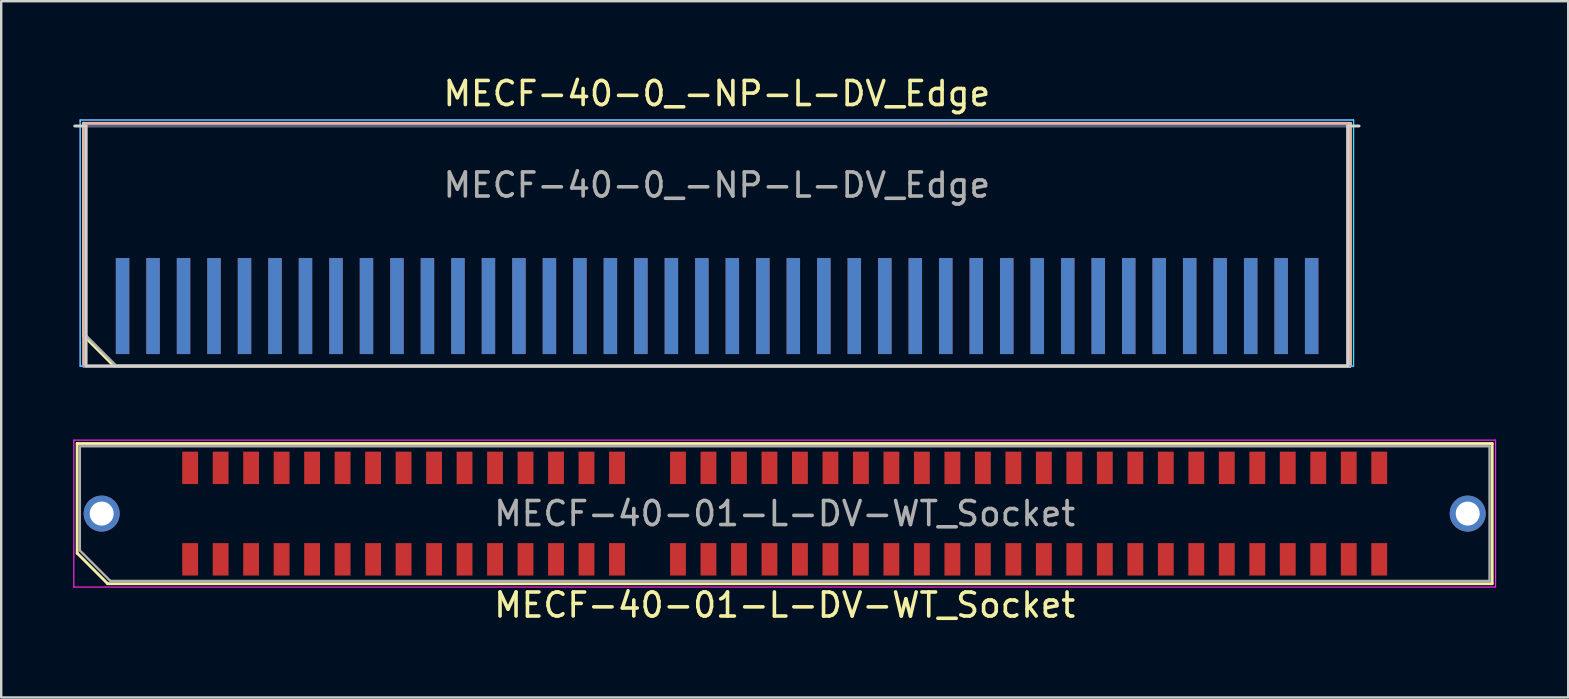
<source format=kicad_pcb>
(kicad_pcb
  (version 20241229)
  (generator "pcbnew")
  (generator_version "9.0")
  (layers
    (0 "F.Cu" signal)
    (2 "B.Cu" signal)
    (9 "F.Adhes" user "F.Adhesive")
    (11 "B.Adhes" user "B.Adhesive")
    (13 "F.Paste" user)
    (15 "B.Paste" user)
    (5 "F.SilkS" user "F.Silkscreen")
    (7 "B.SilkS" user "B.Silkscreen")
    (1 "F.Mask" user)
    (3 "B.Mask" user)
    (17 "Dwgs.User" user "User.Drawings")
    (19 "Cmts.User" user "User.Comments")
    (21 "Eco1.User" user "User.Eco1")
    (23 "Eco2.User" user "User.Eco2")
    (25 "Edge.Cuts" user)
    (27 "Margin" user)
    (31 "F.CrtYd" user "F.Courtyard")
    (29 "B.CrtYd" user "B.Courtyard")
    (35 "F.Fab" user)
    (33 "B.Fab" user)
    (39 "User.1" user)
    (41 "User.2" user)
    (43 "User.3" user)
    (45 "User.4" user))
  (footprint "MECF-40-0_-NP-L-DV_Edge"
    (layer "F.Cu")
    (at 26.81 7.198)
    (property "Reference" "MECF-40-0_-NP-L-DV_Edge" (at 0 -6.35 0) (layer "F.SilkS") (effects (font (size 1 1) (thickness 0.15))))
    (attr exclude_from_pos_files exclude_from_bom)
    (fp_line (start -26.38 -5.11) (end 26.38 -5.11) (stroke (width 0.12) (type solid)) (layer "F.SilkS"))
    (fp_line (start -26.38 3.73) (end -26.38 -5.11) (stroke (width 0.12) (type solid)) (layer "F.SilkS"))
    (fp_line (start -25.11 5) (end -26.38 3.73) (stroke (width 0.12) (type solid)) (layer "F.SilkS"))
    (fp_line (start -25.11 5) (end 26.38 5) (stroke (width 0.12) (type solid)) (layer "F.SilkS"))
    (fp_line (start 26.38 5) (end 26.38 -5.11) (stroke (width 0.12) (type solid)) (layer "F.SilkS"))
    (fp_line (start -26.38 -5.11) (end 26.38 -5.11) (stroke (width 0.12) (type solid)) (layer "B.SilkS"))
    (fp_line (start -26.38 5) (end -26.38 -5.11) (stroke (width 0.12) (type solid)) (layer "B.SilkS"))
    (fp_line (start -26.38 5) (end 26.38 5) (stroke (width 0.12) (type solid)) (layer "B.SilkS"))
    (fp_line (start 26.38 5) (end 26.38 -5.11) (stroke (width 0.12) (type solid)) (layer "B.SilkS"))
    (fp_line (start -26.75 -5) (end -26.275 -5) (stroke (width 0.12) (type solid)) (layer "Edge.Cuts"))
    (fp_line (start -26.275 5) (end -26.275 -5) (stroke (width 0.12) (type solid)) (layer "Edge.Cuts"))
    (fp_line (start -26.275 5) (end 26.275 5) (stroke (width 0.12) (type solid)) (layer "Edge.Cuts"))
    (fp_line (start 26.275 5) (end 26.275 -5) (stroke (width 0.12) (type solid)) (layer "Edge.Cuts"))
    (fp_line (start 26.75 -5) (end 26.275 -5) (stroke (width 0.12) (type solid)) (layer "Edge.Cuts"))
    (fp_line (start -26.52 -5.25) (end -26.52 5) (stroke (width 0.05) (type solid)) (layer "B.CrtYd"))
    (fp_line (start -26.52 5) (end 26.52 5) (stroke (width 0.05) (type solid)) (layer "B.CrtYd"))
    (fp_line (start 26.52 -5.25) (end -26.52 -5.25) (stroke (width 0.05) (type solid)) (layer "B.CrtYd"))
    (fp_line (start 26.52 5) (end 26.52 -5.25) (stroke (width 0.05) (type solid)) (layer "B.CrtYd"))
    (fp_line (start -26.52 -5.25) (end -26.52 5) (stroke (width 0.05) (type solid)) (layer "F.CrtYd"))
    (fp_line (start -26.52 5) (end 26.52 5) (stroke (width 0.05) (type solid)) (layer "F.CrtYd"))
    (fp_line (start 26.52 -5.25) (end -26.52 -5.25) (stroke (width 0.05) (type solid)) (layer "F.CrtYd"))
    (fp_line (start 26.52 5) (end 26.52 -5.25) (stroke (width 0.05) (type solid)) (layer "F.CrtYd"))
    (fp_line (start -26.275 -5) (end 26.275 -5) (stroke (width 0.1) (type solid)) (layer "B.Fab"))
    (fp_line (start -26.275 5) (end -26.275 -5) (stroke (width 0.1) (type solid)) (layer "B.Fab"))
    (fp_line (start -26.275 5) (end 26.275 5) (stroke (width 0.1) (type solid)) (layer "B.Fab"))
    (fp_line (start 26.275 5) (end 26.275 -5) (stroke (width 0.1) (type solid)) (layer "B.Fab"))
    (fp_line (start -26.275 -5) (end 26.275 -5) (stroke (width 0.1) (type solid)) (layer "F.Fab"))
    (fp_line (start -26.275 3.73) (end -26.275 -5) (stroke (width 0.1) (type solid)) (layer "F.Fab"))
    (fp_line (start -26.275 3.73) (end -25.005 5) (stroke (width 0.1) (type solid)) (layer "F.Fab"))
    (fp_line (start -25.005 5) (end 26.275 5) (stroke (width 0.1) (type solid)) (layer "F.Fab"))
    (fp_line (start 26.275 5) (end 26.275 -5) (stroke (width 0.1) (type solid)) (layer "F.Fab"))
    (fp_text user "${REFERENCE}" (at 0 -2.54 0) (layer "F.Fab") (effects (font (size 1 1) (thickness 0.15))))
    (pad "1" smd rect (at -24.755 2.5) (size 0.56 4) (layers "F.Cu" "F.Mask" "F.Paste"))
    (pad "2" smd rect (at -24.755 2.5) (size 0.56 4) (layers "B.Cu" "B.Mask" "B.Paste"))
    (pad "3" smd rect (at -23.485 2.5) (size 0.56 4) (layers "F.Cu" "F.Mask" "F.Paste"))
    (pad "4" smd rect (at -23.485 2.5) (size 0.56 4) (layers "B.Cu" "B.Mask" "B.Paste"))
    (pad "5" smd rect (at -22.215 2.5) (size 0.56 4) (layers "F.Cu" "F.Mask" "F.Paste"))
    (pad "6" smd rect (at -22.215 2.5) (size 0.56 4) (layers "B.Cu" "B.Mask" "B.Paste"))
    (pad "7" smd rect (at -20.945 2.5) (size 0.56 4) (layers "F.Cu" "F.Mask" "F.Paste"))
    (pad "8" smd rect (at -20.945 2.5) (size 0.56 4) (layers "B.Cu" "B.Mask" "B.Paste"))
    (pad "9" smd rect (at -19.675 2.5) (size 0.56 4) (layers "F.Cu" "F.Mask" "F.Paste"))
    (pad "10" smd rect (at -19.675 2.5) (size 0.56 4) (layers "B.Cu" "B.Mask" "B.Paste"))
    (pad "11" smd rect (at -18.405 2.5) (size 0.56 4) (layers "F.Cu" "F.Mask" "F.Paste"))
    (pad "12" smd rect (at -18.405 2.5) (size 0.56 4) (layers "B.Cu" "B.Mask" "B.Paste"))
    (pad "13" smd rect (at -17.135 2.5) (size 0.56 4) (layers "F.Cu" "F.Mask" "F.Paste"))
    (pad "14" smd rect (at -17.135 2.5) (size 0.56 4) (layers "B.Cu" "B.Mask" "B.Paste"))
    (pad "15" smd rect (at -15.865 2.5) (size 0.56 4) (layers "F.Cu" "F.Mask" "F.Paste"))
    (pad "16" smd rect (at -15.865 2.5) (size 0.56 4) (layers "B.Cu" "B.Mask" "B.Paste"))
    (pad "17" smd rect (at -14.595 2.5) (size 0.56 4) (layers "F.Cu" "F.Mask" "F.Paste"))
    (pad "18" smd rect (at -14.595 2.5) (size 0.56 4) (layers "B.Cu" "B.Mask" "B.Paste"))
    (pad "19" smd rect (at -13.325 2.5) (size 0.56 4) (layers "F.Cu" "F.Mask" "F.Paste"))
    (pad "20" smd rect (at -13.325 2.5) (size 0.56 4) (layers "B.Cu" "B.Mask" "B.Paste"))
    (pad "21" smd rect (at -12.055 2.5) (size 0.56 4) (layers "F.Cu" "F.Mask" "F.Paste"))
    (pad "22" smd rect (at -12.055 2.5) (size 0.56 4) (layers "B.Cu" "B.Mask" "B.Paste"))
    (pad "23" smd rect (at -10.785 2.5) (size 0.56 4) (layers "F.Cu" "F.Mask" "F.Paste"))
    (pad "24" smd rect (at -10.785 2.5) (size 0.56 4) (layers "B.Cu" "B.Mask" "B.Paste"))
    (pad "25" smd rect (at -9.515 2.5) (size 0.56 4) (layers "F.Cu" "F.Mask" "F.Paste"))
    (pad "26" smd rect (at -9.515 2.5) (size 0.56 4) (layers "B.Cu" "B.Mask" "B.Paste"))
    (pad "27" smd rect (at -8.245 2.5) (size 0.56 4) (layers "F.Cu" "F.Mask" "F.Paste"))
    (pad "28" smd rect (at -8.245 2.5) (size 0.56 4) (layers "B.Cu" "B.Mask" "B.Paste"))
    (pad "29" smd rect (at -6.975 2.5) (size 0.56 4) (layers "F.Cu" "F.Mask" "F.Paste"))
    (pad "30" smd rect (at -6.975 2.5) (size 0.56 4) (layers "B.Cu" "B.Mask" "B.Paste"))
    (pad "31" smd rect (at -5.705 2.5) (size 0.56 4) (layers "F.Cu" "F.Mask" "F.Paste"))
    (pad "32" smd rect (at -5.705 2.5) (size 0.56 4) (layers "B.Cu" "B.Mask" "B.Paste"))
    (pad "33" smd rect (at -4.435 2.5) (size 0.56 4) (layers "F.Cu" "F.Mask" "F.Paste"))
    (pad "34" smd rect (at -4.435 2.5) (size 0.56 4) (layers "B.Cu" "B.Mask" "B.Paste"))
    (pad "35" smd rect (at -3.165 2.5) (size 0.56 4) (layers "F.Cu" "F.Mask" "F.Paste"))
    (pad "36" smd rect (at -3.165 2.5) (size 0.56 4) (layers "B.Cu" "B.Mask" "B.Paste"))
    (pad "37" smd rect (at -1.895 2.5) (size 0.56 4) (layers "F.Cu" "F.Mask" "F.Paste"))
    (pad "38" smd rect (at -1.895 2.5) (size 0.56 4) (layers "B.Cu" "B.Mask" "B.Paste"))
    (pad "39" smd rect (at -0.625 2.5) (size 0.56 4) (layers "F.Cu" "F.Mask" "F.Paste"))
    (pad "40" smd rect (at -0.625 2.5) (size 0.56 4) (layers "B.Cu" "B.Mask" "B.Paste"))
    (pad "41" smd rect (at 0.645 2.5) (size 0.56 4) (layers "F.Cu" "F.Mask" "F.Paste"))
    (pad "42" smd rect (at 0.645 2.5) (size 0.56 4) (layers "B.Cu" "B.Mask" "B.Paste"))
    (pad "43" smd rect (at 1.915 2.5) (size 0.56 4) (layers "F.Cu" "F.Mask" "F.Paste"))
    (pad "44" smd rect (at 1.915 2.5) (size 0.56 4) (layers "B.Cu" "B.Mask" "B.Paste"))
    (pad "45" smd rect (at 3.185 2.5) (size 0.56 4) (layers "F.Cu" "F.Mask" "F.Paste"))
    (pad "46" smd rect (at 3.185 2.5) (size 0.56 4) (layers "B.Cu" "B.Mask" "B.Paste"))
    (pad "47" smd rect (at 4.455 2.5) (size 0.56 4) (layers "F.Cu" "F.Mask" "F.Paste"))
    (pad "48" smd rect (at 4.455 2.5) (size 0.56 4) (layers "B.Cu" "B.Mask" "B.Paste"))
    (pad "49" smd rect (at 5.725 2.5) (size 0.56 4) (layers "F.Cu" "F.Mask" "F.Paste"))
    (pad "50" smd rect (at 5.725 2.5) (size 0.56 4) (layers "B.Cu" "B.Mask" "B.Paste"))
    (pad "51" smd rect (at 6.995 2.5) (size 0.56 4) (layers "F.Cu" "F.Mask" "F.Paste"))
    (pad "52" smd rect (at 6.995 2.5) (size 0.56 4) (layers "B.Cu" "B.Mask" "B.Paste"))
    (pad "53" smd rect (at 8.265 2.5) (size 0.56 4) (layers "F.Cu" "F.Mask" "F.Paste"))
    (pad "54" smd rect (at 8.265 2.5) (size 0.56 4) (layers "B.Cu" "B.Mask" "B.Paste"))
    (pad "55" smd rect (at 9.535 2.5) (size 0.56 4) (layers "F.Cu" "F.Mask" "F.Paste"))
    (pad "56" smd rect (at 9.535 2.5) (size 0.56 4) (layers "B.Cu" "B.Mask" "B.Paste"))
    (pad "57" smd rect (at 10.805 2.5) (size 0.56 4) (layers "F.Cu" "F.Mask" "F.Paste"))
    (pad "58" smd rect (at 10.805 2.5) (size 0.56 4) (layers "B.Cu" "B.Mask" "B.Paste"))
    (pad "59" smd rect (at 12.075 2.5) (size 0.56 4) (layers "F.Cu" "F.Mask" "F.Paste"))
    (pad "60" smd rect (at 12.075 2.5) (size 0.56 4) (layers "B.Cu" "B.Mask" "B.Paste"))
    (pad "61" smd rect (at 13.345 2.5) (size 0.56 4) (layers "F.Cu" "F.Mask" "F.Paste"))
    (pad "62" smd rect (at 13.345 2.5) (size 0.56 4) (layers "B.Cu" "B.Mask" "B.Paste"))
    (pad "63" smd rect (at 14.615 2.5) (size 0.56 4) (layers "F.Cu" "F.Mask" "F.Paste"))
    (pad "64" smd rect (at 14.615 2.5) (size 0.56 4) (layers "B.Cu" "B.Mask" "B.Paste"))
    (pad "65" smd rect (at 15.885 2.5) (size 0.56 4) (layers "F.Cu" "F.Mask" "F.Paste"))
    (pad "66" smd rect (at 15.885 2.5) (size 0.56 4) (layers "B.Cu" "B.Mask" "B.Paste"))
    (pad "67" smd rect (at 17.155 2.5) (size 0.56 4) (layers "F.Cu" "F.Mask" "F.Paste"))
    (pad "68" smd rect (at 17.155 2.5) (size 0.56 4) (layers "B.Cu" "B.Mask" "B.Paste"))
    (pad "69" smd rect (at 18.425 2.5) (size 0.56 4) (layers "F.Cu" "F.Mask" "F.Paste"))
    (pad "70" smd rect (at 18.425 2.5) (size 0.56 4) (layers "B.Cu" "B.Mask" "B.Paste"))
    (pad "71" smd rect (at 19.695 2.5) (size 0.56 4) (layers "F.Cu" "F.Mask" "F.Paste"))
    (pad "72" smd rect (at 19.695 2.5) (size 0.56 4) (layers "B.Cu" "B.Mask" "B.Paste"))
    (pad "73" smd rect (at 20.965 2.5) (size 0.56 4) (layers "F.Cu" "F.Mask" "F.Paste"))
    (pad "74" smd rect (at 20.965 2.5) (size 0.56 4) (layers "B.Cu" "B.Mask" "B.Paste"))
    (pad "75" smd rect (at 22.235 2.5) (size 0.56 4) (layers "F.Cu" "F.Mask" "F.Paste"))
    (pad "76" smd rect (at 22.235 2.5) (size 0.56 4) (layers "B.Cu" "B.Mask" "B.Paste"))
    (pad "77" smd rect (at 23.505 2.5) (size 0.56 4) (layers "F.Cu" "F.Mask" "F.Paste"))
    (pad "78" smd rect (at 23.505 2.5) (size 0.56 4) (layers "B.Cu" "B.Mask" "B.Paste"))
    (pad "79" smd rect (at 24.775 2.5) (size 0.56 4) (layers "F.Cu" "F.Mask" "F.Paste"))
    (pad "80" smd rect (at 24.775 2.5) (size 0.56 4) (layers "B.Cu" "B.Mask" "B.Paste")))
  (footprint "MECF-40-01-L-DV-WT_Socket"
    (layer "F.Cu")
    (at 29.635 18.343)
    (property "Reference" "MECF-40-01-L-DV-WT_Socket" (at 0 3.81 0) (layer "F.SilkS") (effects (font (size 1 1) (thickness 0.15))))
    (attr smd)
    (fp_line (start -29.47 -2.92) (end 29.47 -2.92) (stroke (width 0.12) (type solid)) (layer "F.SilkS"))
    (fp_line (start -29.47 1.65) (end -29.47 -2.92) (stroke (width 0.12) (type solid)) (layer "F.SilkS"))
    (fp_line (start -28.2 2.92) (end -29.47 1.65) (stroke (width 0.12) (type solid)) (layer "F.SilkS"))
    (fp_line (start -28.2 2.92) (end 29.47 2.92) (stroke (width 0.12) (type solid)) (layer "F.SilkS"))
    (fp_line (start 29.47 2.92) (end 29.47 -2.92) (stroke (width 0.12) (type solid)) (layer "F.SilkS"))
    (fp_line (start -29.61 -3.06) (end -29.61 3.06) (stroke (width 0.05) (type solid)) (layer "F.CrtYd"))
    (fp_line (start -29.61 3.06) (end 29.61 3.06) (stroke (width 0.05) (type solid)) (layer "F.CrtYd"))
    (fp_line (start 29.61 -3.06) (end -29.61 -3.06) (stroke (width 0.05) (type solid)) (layer "F.CrtYd"))
    (fp_line (start 29.61 3.06) (end 29.61 -3.06) (stroke (width 0.05) (type solid)) (layer "F.CrtYd"))
    (fp_line (start -29.36 -2.805) (end 29.36 -2.805) (stroke (width 0.1) (type solid)) (layer "F.Fab"))
    (fp_line (start -29.36 1.535) (end -29.36 -2.805) (stroke (width 0.1) (type solid)) (layer "F.Fab"))
    (fp_line (start -29.36 1.535) (end -28.09 2.805) (stroke (width 0.1) (type solid)) (layer "F.Fab"))
    (fp_line (start -28.09 2.805) (end 29.36 2.805) (stroke (width 0.1) (type solid)) (layer "F.Fab"))
    (fp_line (start 29.36 2.805) (end 29.36 -2.805) (stroke (width 0.1) (type solid)) (layer "F.Fab"))
    (fp_text user "${REFERENCE}" (at 0 0 0) (layer "F.Fab") (effects (font (size 1 1) (thickness 0.15))))
    (pad "" thru_hole circle (at -28.45 0) (size 1.5 1.5) (drill 1) (layers "*.Cu" "*.Mask"))
    (pad "" np_thru_hole circle (at -26.545 0) (size 0.001 0.001) (drill 1.45) (layers "*.Cu" "*.Mask"))
    (pad "" np_thru_hole circle (at 26.545 1) (size 0.001 0.001) (drill 1.45) (layers "*.Cu" "*.Mask"))
    (pad "" thru_hole circle (at 28.45 0) (size 1.5 1.5) (drill 1) (layers "*.Cu" "*.Mask"))
    (pad "1" smd rect (at -24.765 1.905) (size 0.66 1.35) (layers "F.Cu" "F.Mask" "F.Paste"))
    (pad "2" smd rect (at -24.765 -1.905) (size 0.66 1.35) (layers "F.Cu" "F.Mask" "F.Paste"))
    (pad "3" smd rect (at -23.495 1.905) (size 0.66 1.35) (layers "F.Cu" "F.Mask" "F.Paste"))
    (pad "4" smd rect (at -23.495 -1.905) (size 0.66 1.35) (layers "F.Cu" "F.Mask" "F.Paste"))
    (pad "5" smd rect (at -22.225 1.905) (size 0.66 1.35) (layers "F.Cu" "F.Mask" "F.Paste"))
    (pad "6" smd rect (at -22.225 -1.905) (size 0.66 1.35) (layers "F.Cu" "F.Mask" "F.Paste"))
    (pad "7" smd rect (at -20.955 1.905) (size 0.66 1.35) (layers "F.Cu" "F.Mask" "F.Paste"))
    (pad "8" smd rect (at -20.955 -1.905) (size 0.66 1.35) (layers "F.Cu" "F.Mask" "F.Paste"))
    (pad "9" smd rect (at -19.685 1.905) (size 0.66 1.35) (layers "F.Cu" "F.Mask" "F.Paste"))
    (pad "10" smd rect (at -19.685 -1.905) (size 0.66 1.35) (layers "F.Cu" "F.Mask" "F.Paste"))
    (pad "11" smd rect (at -18.415 1.905) (size 0.66 1.35) (layers "F.Cu" "F.Mask" "F.Paste"))
    (pad "12" smd rect (at -18.415 -1.905) (size 0.66 1.35) (layers "F.Cu" "F.Mask" "F.Paste"))
    (pad "13" smd rect (at -17.145 1.905) (size 0.66 1.35) (layers "F.Cu" "F.Mask" "F.Paste"))
    (pad "14" smd rect (at -17.145 -1.905) (size 0.66 1.35) (layers "F.Cu" "F.Mask" "F.Paste"))
    (pad "15" smd rect (at -15.875 1.905) (size 0.66 1.35) (layers "F.Cu" "F.Mask" "F.Paste"))
    (pad "16" smd rect (at -15.875 -1.905) (size 0.66 1.35) (layers "F.Cu" "F.Mask" "F.Paste"))
    (pad "17" smd rect (at -14.605 1.905) (size 0.66 1.35) (layers "F.Cu" "F.Mask" "F.Paste"))
    (pad "18" smd rect (at -14.605 -1.905) (size 0.66 1.35) (layers "F.Cu" "F.Mask" "F.Paste"))
    (pad "19" smd rect (at -13.335 1.905) (size 0.66 1.35) (layers "F.Cu" "F.Mask" "F.Paste"))
    (pad "20" smd rect (at -13.335 -1.905) (size 0.66 1.35) (layers "F.Cu" "F.Mask" "F.Paste"))
    (pad "21" smd rect (at -12.065 1.905) (size 0.66 1.35) (layers "F.Cu" "F.Mask" "F.Paste"))
    (pad "22" smd rect (at -12.065 -1.905) (size 0.66 1.35) (layers "F.Cu" "F.Mask" "F.Paste"))
    (pad "23" smd rect (at -10.795 1.905) (size 0.66 1.35) (layers "F.Cu" "F.Mask" "F.Paste"))
    (pad "24" smd rect (at -10.795 -1.905) (size 0.66 1.35) (layers "F.Cu" "F.Mask" "F.Paste"))
    (pad "25" smd rect (at -9.525 1.905) (size 0.66 1.35) (layers "F.Cu" "F.Mask" "F.Paste"))
    (pad "26" smd rect (at -9.525 -1.905) (size 0.66 1.35) (layers "F.Cu" "F.Mask" "F.Paste"))
    (pad "27" smd rect (at -8.255 1.905) (size 0.66 1.35) (layers "F.Cu" "F.Mask" "F.Paste"))
    (pad "28" smd rect (at -8.255 -1.905) (size 0.66 1.35) (layers "F.Cu" "F.Mask" "F.Paste"))
    (pad "29" smd rect (at -6.985 1.905) (size 0.66 1.35) (layers "F.Cu" "F.Mask" "F.Paste"))
    (pad "30" smd rect (at -6.985 -1.905) (size 0.66 1.35) (layers "F.Cu" "F.Mask" "F.Paste"))
    (pad "33" smd rect (at -4.445 1.905) (size 0.66 1.35) (layers "F.Cu" "F.Mask" "F.Paste"))
    (pad "34" smd rect (at -4.445 -1.905) (size 0.66 1.35) (layers "F.Cu" "F.Mask" "F.Paste"))
    (pad "35" smd rect (at -3.175 1.905) (size 0.66 1.35) (layers "F.Cu" "F.Mask" "F.Paste"))
    (pad "36" smd rect (at -3.175 -1.905) (size 0.66 1.35) (layers "F.Cu" "F.Mask" "F.Paste"))
    (pad "37" smd rect (at -1.905 1.905) (size 0.66 1.35) (layers "F.Cu" "F.Mask" "F.Paste"))
    (pad "38" smd rect (at -1.905 -1.905) (size 0.66 1.35) (layers "F.Cu" "F.Mask" "F.Paste"))
    (pad "39" smd rect (at -0.635 1.905) (size 0.66 1.35) (layers "F.Cu" "F.Mask" "F.Paste"))
    (pad "40" smd rect (at -0.635 -1.905) (size 0.66 1.35) (layers "F.Cu" "F.Mask" "F.Paste"))
    (pad "41" smd rect (at 0.635 1.905) (size 0.66 1.35) (layers "F.Cu" "F.Mask" "F.Paste"))
    (pad "42" smd rect (at 0.635 -1.905) (size 0.66 1.35) (layers "F.Cu" "F.Mask" "F.Paste"))
    (pad "43" smd rect (at 1.905 1.905) (size 0.66 1.35) (layers "F.Cu" "F.Mask" "F.Paste"))
    (pad "44" smd rect (at 1.905 -1.905) (size 0.66 1.35) (layers "F.Cu" "F.Mask" "F.Paste"))
    (pad "45" smd rect (at 3.175 1.905) (size 0.66 1.35) (layers "F.Cu" "F.Mask" "F.Paste"))
    (pad "46" smd rect (at 3.175 -1.905) (size 0.66 1.35) (layers "F.Cu" "F.Mask" "F.Paste"))
    (pad "47" smd rect (at 4.445 1.905) (size 0.66 1.35) (layers "F.Cu" "F.Mask" "F.Paste"))
    (pad "48" smd rect (at 4.445 -1.905) (size 0.66 1.35) (layers "F.Cu" "F.Mask" "F.Paste"))
    (pad "49" smd rect (at 5.715 1.905) (size 0.66 1.35) (layers "F.Cu" "F.Mask" "F.Paste"))
    (pad "50" smd rect (at 5.715 -1.905) (size 0.66 1.35) (layers "F.Cu" "F.Mask" "F.Paste"))
    (pad "51" smd rect (at 6.985 1.905) (size 0.66 1.35) (layers "F.Cu" "F.Mask" "F.Paste"))
    (pad "52" smd rect (at 6.985 -1.905) (size 0.66 1.35) (layers "F.Cu" "F.Mask" "F.Paste"))
    (pad "53" smd rect (at 8.255 1.905) (size 0.66 1.35) (layers "F.Cu" "F.Mask" "F.Paste"))
    (pad "54" smd rect (at 8.255 -1.905) (size 0.66 1.35) (layers "F.Cu" "F.Mask" "F.Paste"))
    (pad "55" smd rect (at 9.525 1.905) (size 0.66 1.35) (layers "F.Cu" "F.Mask" "F.Paste"))
    (pad "56" smd rect (at 9.525 -1.905) (size 0.66 1.35) (layers "F.Cu" "F.Mask" "F.Paste"))
    (pad "57" smd rect (at 10.795 1.905) (size 0.66 1.35) (layers "F.Cu" "F.Mask" "F.Paste"))
    (pad "58" smd rect (at 10.795 -1.905) (size 0.66 1.35) (layers "F.Cu" "F.Mask" "F.Paste"))
    (pad "59" smd rect (at 12.065 1.905) (size 0.66 1.35) (layers "F.Cu" "F.Mask" "F.Paste"))
    (pad "60" smd rect (at 12.065 -1.905) (size 0.66 1.35) (layers "F.Cu" "F.Mask" "F.Paste"))
    (pad "61" smd rect (at 13.335 1.905) (size 0.66 1.35) (layers "F.Cu" "F.Mask" "F.Paste"))
    (pad "62" smd rect (at 13.335 -1.905) (size 0.66 1.35) (layers "F.Cu" "F.Mask" "F.Paste"))
    (pad "63" smd rect (at 14.605 1.905) (size 0.66 1.35) (layers "F.Cu" "F.Mask" "F.Paste"))
    (pad "64" smd rect (at 14.605 -1.905) (size 0.66 1.35) (layers "F.Cu" "F.Mask" "F.Paste"))
    (pad "65" smd rect (at 15.875 1.905) (size 0.66 1.35) (layers "F.Cu" "F.Mask" "F.Paste"))
    (pad "66" smd rect (at 15.875 -1.905) (size 0.66 1.35) (layers "F.Cu" "F.Mask" "F.Paste"))
    (pad "67" smd rect (at 17.145 1.905) (size 0.66 1.35) (layers "F.Cu" "F.Mask" "F.Paste"))
    (pad "68" smd rect (at 17.145 -1.905) (size 0.66 1.35) (layers "F.Cu" "F.Mask" "F.Paste"))
    (pad "69" smd rect (at 18.415 1.905) (size 0.66 1.35) (layers "F.Cu" "F.Mask" "F.Paste"))
    (pad "70" smd rect (at 18.415 -1.905) (size 0.66 1.35) (layers "F.Cu" "F.Mask" "F.Paste"))
    (pad "71" smd rect (at 19.685 1.905) (size 0.66 1.35) (layers "F.Cu" "F.Mask" "F.Paste"))
    (pad "72" smd rect (at 19.685 -1.905) (size 0.66 1.35) (layers "F.Cu" "F.Mask" "F.Paste"))
    (pad "73" smd rect (at 20.955 1.905) (size 0.66 1.35) (layers "F.Cu" "F.Mask" "F.Paste"))
    (pad "74" smd rect (at 20.955 -1.905) (size 0.66 1.35) (layers "F.Cu" "F.Mask" "F.Paste"))
    (pad "75" smd rect (at 22.225 1.905) (size 0.66 1.35) (layers "F.Cu" "F.Mask" "F.Paste"))
    (pad "76" smd rect (at 22.225 -1.905) (size 0.66 1.35) (layers "F.Cu" "F.Mask" "F.Paste"))
    (pad "77" smd rect (at 23.495 1.905) (size 0.66 1.35) (layers "F.Cu" "F.Mask" "F.Paste"))
    (pad "78" smd rect (at 23.495 -1.905) (size 0.66 1.35) (layers "F.Cu" "F.Mask" "F.Paste"))
    (pad "79" smd rect (at 24.765 1.905) (size 0.66 1.35) (layers "F.Cu" "F.Mask" "F.Paste"))
    (pad "80" smd rect (at 24.765 -1.905) (size 0.66 1.35) (layers "F.Cu" "F.Mask" "F.Paste")))
  (gr_rect
    (start -3 -3)
    (end 62.27 26.002)
    (stroke (width 0.1) (type default))
    (fill no)
    (layer "Edge.Cuts")))
</source>
